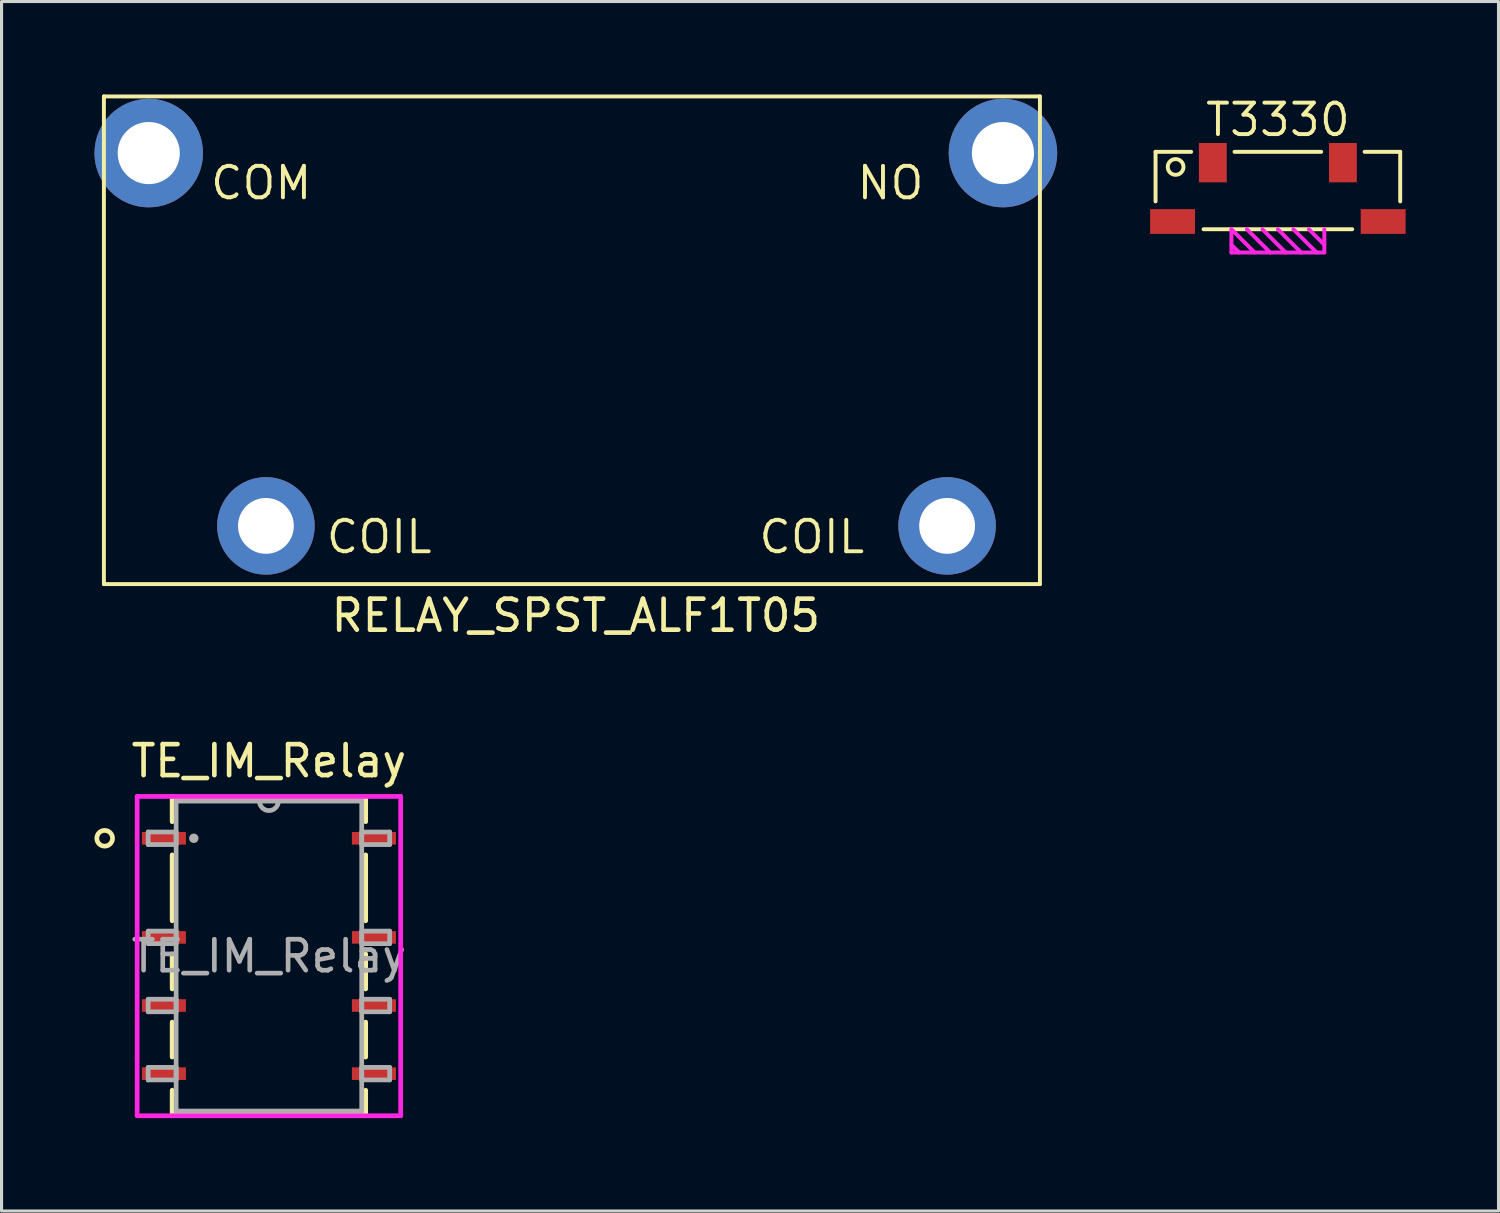
<source format=kicad_pcb>
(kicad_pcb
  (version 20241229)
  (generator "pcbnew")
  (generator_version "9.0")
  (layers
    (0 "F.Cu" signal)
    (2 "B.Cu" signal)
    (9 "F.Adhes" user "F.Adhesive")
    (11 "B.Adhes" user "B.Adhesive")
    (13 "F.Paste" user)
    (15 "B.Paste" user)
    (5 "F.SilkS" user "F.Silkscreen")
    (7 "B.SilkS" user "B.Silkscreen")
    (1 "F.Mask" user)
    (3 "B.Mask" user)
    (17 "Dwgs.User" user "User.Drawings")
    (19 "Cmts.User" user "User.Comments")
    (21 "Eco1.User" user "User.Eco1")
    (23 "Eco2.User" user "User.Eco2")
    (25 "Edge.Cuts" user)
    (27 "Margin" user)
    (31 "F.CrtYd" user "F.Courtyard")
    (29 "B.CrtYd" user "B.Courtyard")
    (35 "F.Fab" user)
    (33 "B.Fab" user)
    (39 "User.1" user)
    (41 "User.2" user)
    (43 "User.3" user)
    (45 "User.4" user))
  (footprint "RELAY_SPST_ALF1T05"
    (layer "F.Cu")
    (at 15.545 7.938)
    (property "Reference" "RELAY_SPST_ALF1T05" (at 0 8.89 0) (layer "F.SilkS") (effects (font (size 1 1) (thickness 0.15))))
    (attr through_hole)
    (fp_line (start -15.24 -7.874) (end -15.24 7.874) (stroke (width 0.127) (type solid)) (layer "F.SilkS"))
    (fp_line (start -15.24 7.874) (end 14.986 7.874) (stroke (width 0.127) (type solid)) (layer "F.SilkS"))
    (fp_line (start 14.986 -7.874) (end -15.24 -7.874) (stroke (width 0.127) (type solid)) (layer "F.SilkS"))
    (fp_line (start 14.986 7.874) (end 14.986 -7.874) (stroke (width 0.127) (type solid)) (layer "F.SilkS"))
    (fp_text user "COIL" (at -6.35 6.35 0) (layer "F.SilkS") (effects (font (size 1.016 1.016) (thickness 0.127))))
    (fp_text user "COIL" (at 7.62 6.35 0) (layer "F.SilkS") (effects (font (size 1.016 1.016) (thickness 0.127))))
    (fp_text user "NO" (at 10.16 -5.08 0) (layer "F.SilkS") (effects (font (size 1.016 1.016) (thickness 0.127))))
    (fp_text user "COM" (at -10.16 -5.08 0) (layer "F.SilkS") (effects (font (size 1.016 1.016) (thickness 0.127))))
    (pad "1" thru_hole circle (at -10.008 5.994) (size 3.15 3.15) (drill 1.803) (layers "*.Cu" "*.Mask"))
    (pad "2" thru_hole circle (at 11.989 5.994) (size 3.15 3.15) (drill 1.803) (layers "*.Cu" "*.Mask"))
    (pad "3" thru_hole circle (at -13.792 -6.045) (size 3.505 3.505) (drill 2.007) (layers "*.Cu" "*.Mask"))
    (pad "4" thru_hole circle (at 13.792 -6.045) (size 3.505 3.505) (drill 2.007) (layers "*.Cu" "*.Mask")))
  (footprint "T3330"
    (layer "F.Cu")
    (at 38.215 3.103)
    (property "Reference" "T3330" (at 0 -2.286 0) (layer "F.SilkS") (effects (font (size 1.016 1.016) (thickness 0.127))))
    (attr smd)
    (fp_line (start -3.95 -1.25) (end -3.95 0.35) (stroke (width 0.127) (type solid)) (layer "F.SilkS"))
    (fp_line (start -3.95 -1.25) (end -2.8 -1.25) (stroke (width 0.127) (type solid)) (layer "F.SilkS"))
    (fp_line (start -2.4 1.25) (end 2.4 1.25) (stroke (width 0.127) (type solid)) (layer "F.SilkS"))
    (fp_line (start -1.4 -1.25) (end 1.4 -1.25) (stroke (width 0.127) (type solid)) (layer "F.SilkS"))
    (fp_line (start 3.95 -1.25) (end 2.8 -1.25) (stroke (width 0.127) (type solid)) (layer "F.SilkS"))
    (fp_line (start 3.95 -1.25) (end 3.95 0.35) (stroke (width 0.127) (type solid)) (layer "F.SilkS"))
    (fp_circle (center -3.302 -0.762) (end -3.302 -0.508) (stroke (width 0.127) (type solid)) (fill no) (layer "F.SilkS"))
    (fp_line (start -1.5 1.25) (end -1.5 2) (stroke (width 0.127) (type solid)) (layer "F.CrtYd"))
    (fp_line (start -1.5 1.25) (end -0.75 2) (stroke (width 0.127) (type solid)) (layer "F.CrtYd"))
    (fp_line (start -1.5 1.75) (end -1.25 2) (stroke (width 0.127) (type solid)) (layer "F.CrtYd"))
    (fp_line (start -1.5 2) (end 1.5 2) (stroke (width 0.127) (type solid)) (layer "F.CrtYd"))
    (fp_line (start -1 1.25) (end -0.25 2) (stroke (width 0.127) (type solid)) (layer "F.CrtYd"))
    (fp_line (start -0.5 1.25) (end 0.25 2) (stroke (width 0.127) (type solid)) (layer "F.CrtYd"))
    (fp_line (start 0 1.25) (end 0.75 2) (stroke (width 0.127) (type solid)) (layer "F.CrtYd"))
    (fp_line (start 0.5 1.25) (end 1.25 2) (stroke (width 0.127) (type solid)) (layer "F.CrtYd"))
    (fp_line (start 1 1.25) (end 1.5 1.75) (stroke (width 0.127) (type solid)) (layer "F.CrtYd"))
    (fp_line (start 1.5 2) (end 1.5 1.25) (stroke (width 0.127) (type solid)) (layer "F.CrtYd"))
    (pad "" smd rect (at -3.4 1) (size 1.45 0.8) (layers "F.Cu" "F.Mask" "F.Paste"))
    (pad "" smd rect (at 3.4 1) (size 1.45 0.8) (layers "F.Cu" "F.Mask" "F.Paste"))
    (pad "1" smd rect (at -2.1 -0.9) (size 0.9 1.27) (layers "F.Cu" "F.Mask" "F.Paste"))
    (pad "2" smd rect (at 2.1 -0.9) (size 0.9 1.27) (layers "F.Cu" "F.Mask" "F.Paste")))
  (footprint "TE_IM_Relay"
    (layer "F.Cu")
    (at 5.634 27.824)
    (property "Reference" "TE_IM_Relay" (at 0 -6.3 0) (layer "F.SilkS") (effects (font (size 1 1) (thickness 0.15))))
    (attr through_hole)
    (fp_line (start -3.124 -5.131) (end -3.124 -4.34) (stroke (width 0.152) (type solid)) (layer "F.SilkS"))
    (fp_line (start -3.124 -3.268) (end -3.124 -1.14) (stroke (width 0.152) (type solid)) (layer "F.SilkS"))
    (fp_line (start -3.124 -0.068) (end -3.124 1.06) (stroke (width 0.152) (type solid)) (layer "F.SilkS"))
    (fp_line (start -3.124 2.132) (end -3.124 3.26) (stroke (width 0.152) (type solid)) (layer "F.SilkS"))
    (fp_line (start -3.124 4.332) (end -3.124 5.131) (stroke (width 0.152) (type solid)) (layer "F.SilkS"))
    (fp_line (start -3.124 5.131) (end 3.124 5.131) (stroke (width 0.152) (type solid)) (layer "F.SilkS"))
    (fp_line (start 3.124 -5.131) (end -3.124 -5.131) (stroke (width 0.152) (type solid)) (layer "F.SilkS"))
    (fp_line (start 3.124 -4.34) (end 3.124 -5.131) (stroke (width 0.152) (type solid)) (layer "F.SilkS"))
    (fp_line (start 3.124 -1.14) (end 3.124 -3.268) (stroke (width 0.152) (type solid)) (layer "F.SilkS"))
    (fp_line (start 3.124 1.06) (end 3.124 -0.068) (stroke (width 0.152) (type solid)) (layer "F.SilkS"))
    (fp_line (start 3.124 3.26) (end 3.124 2.132) (stroke (width 0.152) (type solid)) (layer "F.SilkS"))
    (fp_line (start 3.124 5.131) (end 3.124 4.332) (stroke (width 0.152) (type solid)) (layer "F.SilkS"))
    (fp_circle (center -5.304 -3.804) (end -5.05 -3.804) (stroke (width 0.152) (type solid)) (fill no) (layer "F.SilkS"))
    (fp_line (start -4.255 -5.156) (end 4.255 -5.156) (stroke (width 0.152) (type solid)) (layer "F.CrtYd"))
    (fp_line (start -4.255 5.156) (end -4.255 -5.156) (stroke (width 0.152) (type solid)) (layer "F.CrtYd"))
    (fp_line (start 4.255 -5.156) (end 4.255 5.156) (stroke (width 0.152) (type solid)) (layer "F.CrtYd"))
    (fp_line (start 4.255 5.156) (end -4.255 5.156) (stroke (width 0.152) (type solid)) (layer "F.CrtYd"))
    (fp_line (start -3.899 -4.007) (end -3.899 -3.601) (stroke (width 0.152) (type solid)) (layer "F.Fab"))
    (fp_line (start -3.899 -3.601) (end -2.997 -3.601) (stroke (width 0.152) (type solid)) (layer "F.Fab"))
    (fp_line (start -3.899 -0.807) (end -3.899 -0.401) (stroke (width 0.152) (type solid)) (layer "F.Fab"))
    (fp_line (start -3.899 -0.401) (end -2.997 -0.401) (stroke (width 0.152) (type solid)) (layer "F.Fab"))
    (fp_line (start -3.899 1.393) (end -3.899 1.799) (stroke (width 0.152) (type solid)) (layer "F.Fab"))
    (fp_line (start -3.899 1.799) (end -2.997 1.799) (stroke (width 0.152) (type solid)) (layer "F.Fab"))
    (fp_line (start -3.899 3.593) (end -3.899 3.999) (stroke (width 0.152) (type solid)) (layer "F.Fab"))
    (fp_line (start -3.899 3.999) (end -2.997 3.999) (stroke (width 0.152) (type solid)) (layer "F.Fab"))
    (fp_line (start -2.997 -5.004) (end -2.997 5.004) (stroke (width 0.152) (type solid)) (layer "F.Fab"))
    (fp_line (start -2.997 -4.007) (end -3.899 -4.007) (stroke (width 0.152) (type solid)) (layer "F.Fab"))
    (fp_line (start -2.997 -3.601) (end -2.997 -4.007) (stroke (width 0.152) (type solid)) (layer "F.Fab"))
    (fp_line (start -2.997 -0.807) (end -3.899 -0.807) (stroke (width 0.152) (type solid)) (layer "F.Fab"))
    (fp_line (start -2.997 -0.401) (end -2.997 -0.807) (stroke (width 0.152) (type solid)) (layer "F.Fab"))
    (fp_line (start -2.997 1.393) (end -3.899 1.393) (stroke (width 0.152) (type solid)) (layer "F.Fab"))
    (fp_line (start -2.997 1.799) (end -2.997 1.393) (stroke (width 0.152) (type solid)) (layer "F.Fab"))
    (fp_line (start -2.997 3.593) (end -3.899 3.593) (stroke (width 0.152) (type solid)) (layer "F.Fab"))
    (fp_line (start -2.997 3.999) (end -2.997 3.593) (stroke (width 0.152) (type solid)) (layer "F.Fab"))
    (fp_line (start -2.997 5.004) (end 2.997 5.004) (stroke (width 0.152) (type solid)) (layer "F.Fab"))
    (fp_line (start 2.997 -5.004) (end -2.997 -5.004) (stroke (width 0.152) (type solid)) (layer "F.Fab"))
    (fp_line (start 2.997 -4.007) (end 2.997 -3.601) (stroke (width 0.152) (type solid)) (layer "F.Fab"))
    (fp_line (start 2.997 -3.601) (end 3.899 -3.601) (stroke (width 0.152) (type solid)) (layer "F.Fab"))
    (fp_line (start 2.997 -0.807) (end 2.997 -0.401) (stroke (width 0.152) (type solid)) (layer "F.Fab"))
    (fp_line (start 2.997 -0.401) (end 3.899 -0.401) (stroke (width 0.152) (type solid)) (layer "F.Fab"))
    (fp_line (start 2.997 1.393) (end 2.997 1.799) (stroke (width 0.152) (type solid)) (layer "F.Fab"))
    (fp_line (start 2.997 1.799) (end 3.899 1.799) (stroke (width 0.152) (type solid)) (layer "F.Fab"))
    (fp_line (start 2.997 3.593) (end 2.997 3.999) (stroke (width 0.152) (type solid)) (layer "F.Fab"))
    (fp_line (start 2.997 3.999) (end 3.899 3.999) (stroke (width 0.152) (type solid)) (layer "F.Fab"))
    (fp_line (start 2.997 5.004) (end 2.997 -5.004) (stroke (width 0.152) (type solid)) (layer "F.Fab"))
    (fp_line (start 3.899 -4.007) (end 2.997 -4.007) (stroke (width 0.152) (type solid)) (layer "F.Fab"))
    (fp_line (start 3.899 -3.601) (end 3.899 -4.007) (stroke (width 0.152) (type solid)) (layer "F.Fab"))
    (fp_line (start 3.899 -0.807) (end 2.997 -0.807) (stroke (width 0.152) (type solid)) (layer "F.Fab"))
    (fp_line (start 3.899 -0.401) (end 3.899 -0.807) (stroke (width 0.152) (type solid)) (layer "F.Fab"))
    (fp_line (start 3.899 1.393) (end 2.997 1.393) (stroke (width 0.152) (type solid)) (layer "F.Fab"))
    (fp_line (start 3.899 1.799) (end 3.899 1.393) (stroke (width 0.152) (type solid)) (layer "F.Fab"))
    (fp_line (start 3.899 3.593) (end 2.997 3.593) (stroke (width 0.152) (type solid)) (layer "F.Fab"))
    (fp_line (start 3.899 3.999) (end 3.899 3.593) (stroke (width 0.152) (type solid)) (layer "F.Fab"))
    (fp_arc (start 0.3048 -5.0038) (mid 0 -4.699) (end -0.3048 -5.0038) (stroke (width 0.1524) (type solid)) (layer "F.Fab"))
    (fp_circle (center -2.426 -3.804) (end -2.349 -3.804) (stroke (width 0.152) (type solid)) (fill no) (layer "F.Fab"))
    (fp_text user "${REFERENCE}" (at 0 0 0) (layer "F.Fab") (effects (font (size 1 1) (thickness 0.15))))
    (pad "1" smd rect (at -3.391 -3.804) (size 1.422 0.406) (layers "F.Cu" "F.Mask" "F.Paste"))
    (pad "2" smd rect (at -3.391 -0.604) (size 1.422 0.406) (layers "F.Cu" "F.Mask" "F.Paste"))
    (pad "3" smd rect (at -3.391 1.596) (size 1.422 0.406) (layers "F.Cu" "F.Mask" "F.Paste"))
    (pad "4" smd rect (at -3.391 3.796) (size 1.422 0.406) (layers "F.Cu" "F.Mask" "F.Paste"))
    (pad "5" smd rect (at 3.391 3.796) (size 1.422 0.406) (layers "F.Cu" "F.Mask" "F.Paste"))
    (pad "6" smd rect (at 3.391 1.596) (size 1.422 0.406) (layers "F.Cu" "F.Mask" "F.Paste"))
    (pad "7" smd rect (at 3.391 -0.604) (size 1.422 0.406) (layers "F.Cu" "F.Mask" "F.Paste"))
    (pad "8" smd rect (at 3.391 -3.804) (size 1.422 0.406) (layers "F.Cu" "F.Mask" "F.Paste")))
  (gr_rect
    (start -3 -3)
    (end 45.34 36.056)
    (stroke (width 0.1) (type default))
    (fill no)
    (layer "Edge.Cuts")))
</source>
